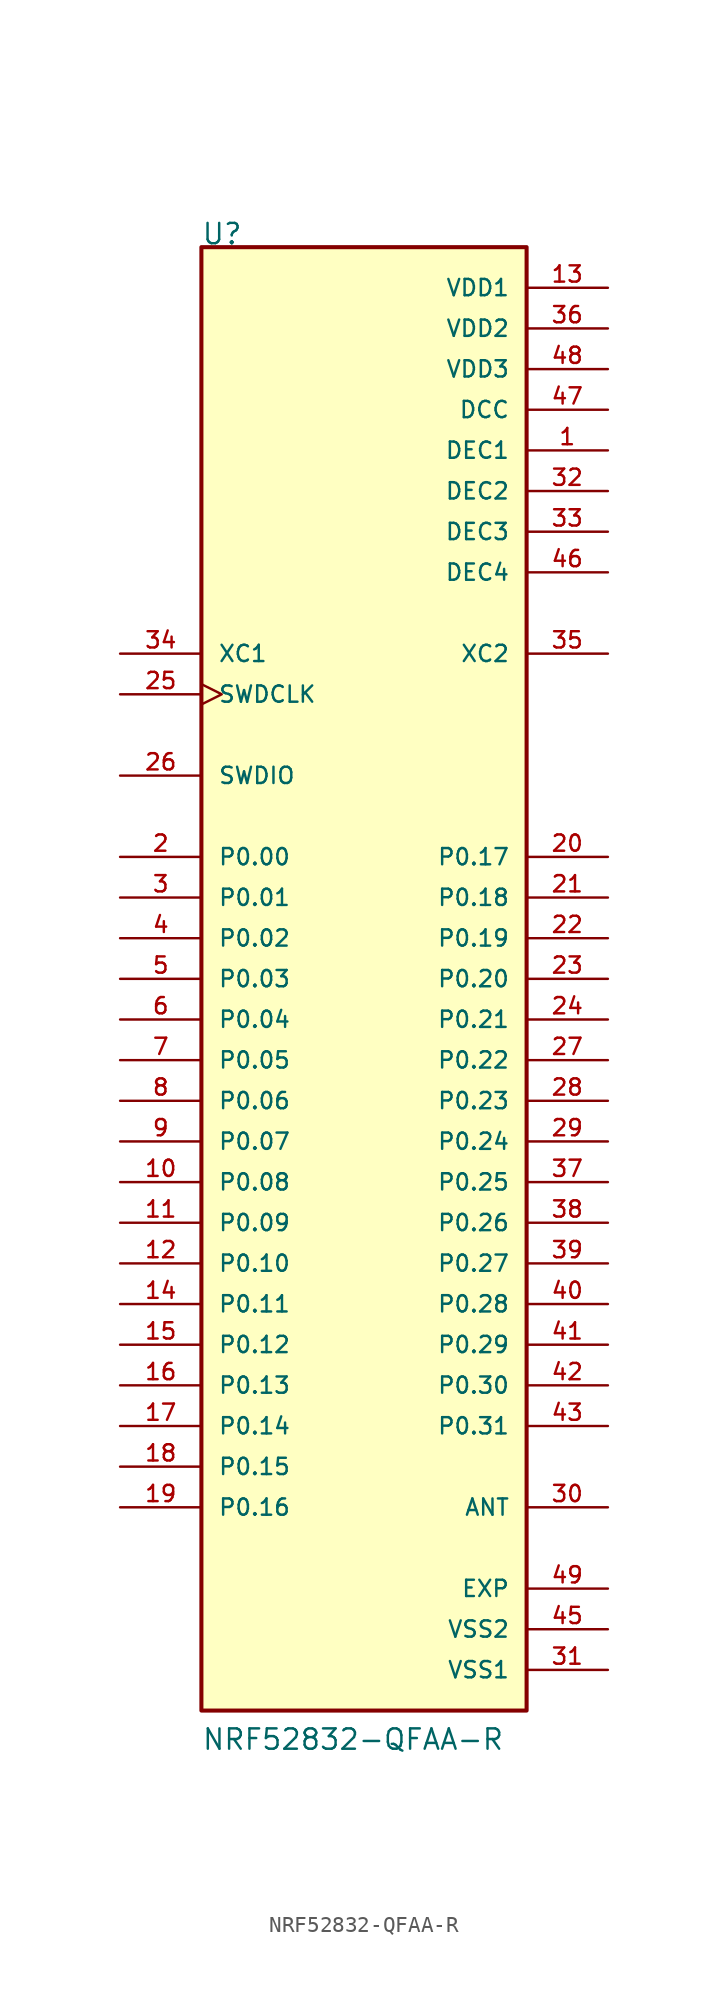
<source format=kicad_sym>
(kicad_symbol_lib
  (version 20211014)
  (generator kicad_symbol_editor)
  (symbol "NRF52832-QFAA-R"
    (pin_names
      (offset 1.016))
    (property "Reference" "U"
      (at -10.178 45.802 0)
      (effects (font (size 1.27 1.27)) (justify bottom left)))
    (property "Value" "NRF52832-QFAA-R"
      (at -10.161 -48.267 0)
      (effects (font (size 1.27 1.27)) (justify bottom left)))
    (symbol "NRF52832-QFAA-R_0_0"
      (rectangle (start -10.16 -45.72) (end 10.16 45.72) (stroke (width 0.254)) (fill (type background)))
      (pin power_in line (at 15.24 43.18 180.0) (length 5.08) (name "VDD1" (effects (font (size 1.016 1.016)))) (number "13" (effects (font (size 1.016 1.016)))))
      (pin power_in line (at 15.24 35.56 180.0) (length 5.08) (name "DCC" (effects (font (size 1.016 1.016)))) (number "47" (effects (font (size 1.016 1.016)))))
      (pin bidirectional line (at -15.24 7.62 0) (length 5.08) (name "P0.00" (effects (font (size 1.016 1.016)))) (number "2" (effects (font (size 1.016 1.016)))))
      (pin bidirectional line (at -15.24 5.08 0) (length 5.08) (name "P0.01" (effects (font (size 1.016 1.016)))) (number "3" (effects (font (size 1.016 1.016)))))
      (pin bidirectional line (at -15.24 2.54 0) (length 5.08) (name "P0.02" (effects (font (size 1.016 1.016)))) (number "4" (effects (font (size 1.016 1.016)))))
      (pin bidirectional line (at -15.24 0.0 0) (length 5.08) (name "P0.03" (effects (font (size 1.016 1.016)))) (number "5" (effects (font (size 1.016 1.016)))))
      (pin bidirectional line (at -15.24 -2.54 0) (length 5.08) (name "P0.04" (effects (font (size 1.016 1.016)))) (number "6" (effects (font (size 1.016 1.016)))))
      (pin bidirectional line (at -15.24 -5.08 0) (length 5.08) (name "P0.05" (effects (font (size 1.016 1.016)))) (number "7" (effects (font (size 1.016 1.016)))))
      (pin bidirectional line (at -15.24 -7.62 0) (length 5.08) (name "P0.06" (effects (font (size 1.016 1.016)))) (number "8" (effects (font (size 1.016 1.016)))))
      (pin bidirectional line (at -15.24 -10.16 0) (length 5.08) (name "P0.07" (effects (font (size 1.016 1.016)))) (number "9" (effects (font (size 1.016 1.016)))))
      (pin power_in line (at 15.24 -43.18 180.0) (length 5.08) (name "VSS1" (effects (font (size 1.016 1.016)))) (number "31" (effects (font (size 1.016 1.016)))))
      (pin bidirectional line (at -15.24 -12.7 0) (length 5.08) (name "P0.08" (effects (font (size 1.016 1.016)))) (number "10" (effects (font (size 1.016 1.016)))))
      (pin bidirectional line (at -15.24 -15.24 0) (length 5.08) (name "P0.09" (effects (font (size 1.016 1.016)))) (number "11" (effects (font (size 1.016 1.016)))))
      (pin bidirectional line (at -15.24 -17.78 0) (length 5.08) (name "P0.10" (effects (font (size 1.016 1.016)))) (number "12" (effects (font (size 1.016 1.016)))))
      (pin bidirectional line (at -15.24 -20.32 0) (length 5.08) (name "P0.11" (effects (font (size 1.016 1.016)))) (number "14" (effects (font (size 1.016 1.016)))))
      (pin bidirectional line (at -15.24 -22.86 0) (length 5.08) (name "P0.12" (effects (font (size 1.016 1.016)))) (number "15" (effects (font (size 1.016 1.016)))))
      (pin bidirectional line (at -15.24 -25.4 0) (length 5.08) (name "P0.13" (effects (font (size 1.016 1.016)))) (number "16" (effects (font (size 1.016 1.016)))))
      (pin bidirectional line (at -15.24 -27.94 0) (length 5.08) (name "P0.14" (effects (font (size 1.016 1.016)))) (number "17" (effects (font (size 1.016 1.016)))))
      (pin bidirectional line (at -15.24 -30.48 0) (length 5.08) (name "P0.15" (effects (font (size 1.016 1.016)))) (number "18" (effects (font (size 1.016 1.016)))))
      (pin bidirectional line (at -15.24 -33.02 0) (length 5.08) (name "P0.16" (effects (font (size 1.016 1.016)))) (number "19" (effects (font (size 1.016 1.016)))))
      (pin bidirectional line (at 15.24 7.62 180.0) (length 5.08) (name "P0.17" (effects (font (size 1.016 1.016)))) (number "20" (effects (font (size 1.016 1.016)))))
      (pin bidirectional line (at 15.24 5.08 180.0) (length 5.08) (name "P0.18" (effects (font (size 1.016 1.016)))) (number "21" (effects (font (size 1.016 1.016)))))
      (pin bidirectional line (at 15.24 2.54 180.0) (length 5.08) (name "P0.19" (effects (font (size 1.016 1.016)))) (number "22" (effects (font (size 1.016 1.016)))))
      (pin bidirectional line (at 15.24 0.0 180.0) (length 5.08) (name "P0.20" (effects (font (size 1.016 1.016)))) (number "23" (effects (font (size 1.016 1.016)))))
      (pin bidirectional line (at -15.24 12.7 0) (length 5.08) (name "SWDIO" (effects (font (size 1.016 1.016)))) (number "26" (effects (font (size 1.016 1.016)))))
      (pin input clock (at -15.24 17.78 0) (length 5.08) (name "SWDCLK" (effects (font (size 1.016 1.016)))) (number "25" (effects (font (size 1.016 1.016)))))
      (pin power_in line (at 15.24 33.02 180.0) (length 5.08) (name "DEC1" (effects (font (size 1.016 1.016)))) (number "1" (effects (font (size 1.016 1.016)))))
      (pin power_in line (at 15.24 30.48 180.0) (length 5.08) (name "DEC2" (effects (font (size 1.016 1.016)))) (number "32" (effects (font (size 1.016 1.016)))))
      (pin passive line (at 15.24 -33.02 180.0) (length 5.08) (name "ANT" (effects (font (size 1.016 1.016)))) (number "30" (effects (font (size 1.016 1.016)))))
      (pin input line (at -15.24 20.32 0) (length 5.08) (name "XC1" (effects (font (size 1.016 1.016)))) (number "34" (effects (font (size 1.016 1.016)))))
      (pin output line (at 15.24 20.32 180.0) (length 5.08) (name "XC2" (effects (font (size 1.016 1.016)))) (number "35" (effects (font (size 1.016 1.016)))))
      (pin bidirectional line (at 15.24 -2.54 180.0) (length 5.08) (name "P0.21" (effects (font (size 1.016 1.016)))) (number "24" (effects (font (size 1.016 1.016)))))
      (pin bidirectional line (at 15.24 -5.08 180.0) (length 5.08) (name "P0.22" (effects (font (size 1.016 1.016)))) (number "27" (effects (font (size 1.016 1.016)))))
      (pin bidirectional line (at 15.24 -7.62 180.0) (length 5.08) (name "P0.23" (effects (font (size 1.016 1.016)))) (number "28" (effects (font (size 1.016 1.016)))))
      (pin bidirectional line (at 15.24 -10.16 180.0) (length 5.08) (name "P0.24" (effects (font (size 1.016 1.016)))) (number "29" (effects (font (size 1.016 1.016)))))
      (pin bidirectional line (at 15.24 -12.7 180.0) (length 5.08) (name "P0.25" (effects (font (size 1.016 1.016)))) (number "37" (effects (font (size 1.016 1.016)))))
      (pin bidirectional line (at 15.24 -15.24 180.0) (length 5.08) (name "P0.26" (effects (font (size 1.016 1.016)))) (number "38" (effects (font (size 1.016 1.016)))))
      (pin bidirectional line (at 15.24 -17.78 180.0) (length 5.08) (name "P0.27" (effects (font (size 1.016 1.016)))) (number "39" (effects (font (size 1.016 1.016)))))
      (pin bidirectional line (at 15.24 -20.32 180.0) (length 5.08) (name "P0.28" (effects (font (size 1.016 1.016)))) (number "40" (effects (font (size 1.016 1.016)))))
      (pin bidirectional line (at 15.24 -22.86 180.0) (length 5.08) (name "P0.29" (effects (font (size 1.016 1.016)))) (number "41" (effects (font (size 1.016 1.016)))))
      (pin bidirectional line (at 15.24 -25.4 180.0) (length 5.08) (name "P0.30" (effects (font (size 1.016 1.016)))) (number "42" (effects (font (size 1.016 1.016)))))
      (pin power_in line (at 15.24 -38.1 180.0) (length 5.08) (name "EXP" (effects (font (size 1.016 1.016)))) (number "49" (effects (font (size 1.016 1.016)))))
      (pin power_in line (at 15.24 40.64 180.0) (length 5.08) (name "VDD2" (effects (font (size 1.016 1.016)))) (number "36" (effects (font (size 1.016 1.016)))))
      (pin power_in line (at 15.24 -40.64 180.0) (length 5.08) (name "VSS2" (effects (font (size 1.016 1.016)))) (number "45" (effects (font (size 1.016 1.016)))))
      (pin power_in line (at 15.24 27.94 180.0) (length 5.08) (name "DEC3" (effects (font (size 1.016 1.016)))) (number "33" (effects (font (size 1.016 1.016)))))
      (pin bidirectional line (at 15.24 -27.94 180.0) (length 5.08) (name "P0.31" (effects (font (size 1.016 1.016)))) (number "43" (effects (font (size 1.016 1.016)))))
      (pin power_in line (at 15.24 25.4 180.0) (length 5.08) (name "DEC4" (effects (font (size 1.016 1.016)))) (number "46" (effects (font (size 1.016 1.016)))))
      (pin power_in line (at 15.24 38.1 180.0) (length 5.08) (name "VDD3" (effects (font (size 1.016 1.016)))) (number "48" (effects (font (size 1.016 1.016))))))))
</source>
